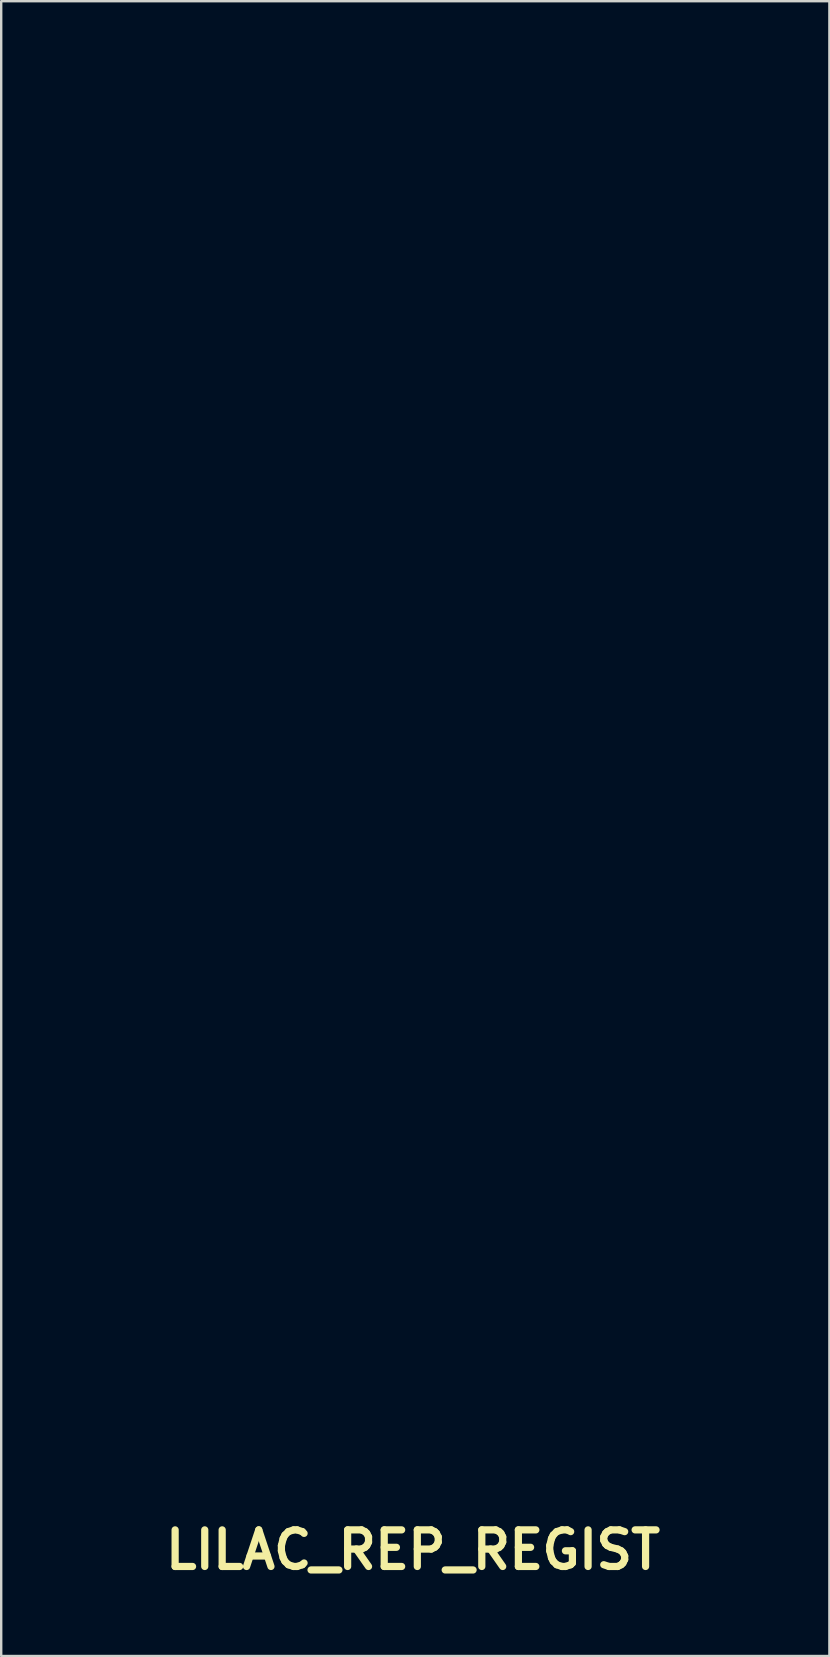
<source format=kicad_pcb>
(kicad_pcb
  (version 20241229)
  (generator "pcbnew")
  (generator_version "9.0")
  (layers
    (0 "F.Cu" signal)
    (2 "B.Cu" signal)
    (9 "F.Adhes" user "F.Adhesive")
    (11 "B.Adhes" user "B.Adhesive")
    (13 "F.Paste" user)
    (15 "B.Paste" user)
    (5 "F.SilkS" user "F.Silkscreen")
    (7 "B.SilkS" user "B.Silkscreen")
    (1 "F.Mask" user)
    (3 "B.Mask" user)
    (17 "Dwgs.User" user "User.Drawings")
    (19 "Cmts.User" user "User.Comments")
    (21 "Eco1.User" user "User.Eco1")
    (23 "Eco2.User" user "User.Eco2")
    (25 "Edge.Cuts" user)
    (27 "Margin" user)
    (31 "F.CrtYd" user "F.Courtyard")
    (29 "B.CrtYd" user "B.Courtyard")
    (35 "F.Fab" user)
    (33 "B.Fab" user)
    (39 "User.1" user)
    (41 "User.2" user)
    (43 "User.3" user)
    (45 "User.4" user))
  (footprint "LILAC_REP_REGIST"
    (layer "F.Cu")
    (at 14.15 61.504)
    (property "Reference" "LILAC_REP_REGIST" (at 0 0 0) (layer "F.SilkS") (effects (font (size 1.524 1.524) (thickness 0.3))))
    (attr through_hole)
    (fp_poly (pts (xy -11.223 -58.635) (xy -11.837 -58.635) (xy -11.837 -60.583) (xy -11.223 -60.583) (xy -11.223 -58.635)) (stroke (width 0.01) (type solid)) (fill yes) (layer "F.Mask"))
    (fp_poly (pts (xy -10.122 -58.635) (xy -10.736 -58.635) (xy -10.736 -61.42) (xy -10.122 -61.42) (xy -10.122 -58.635)) (stroke (width 0.01) (type solid)) (fill yes) (layer "F.Mask"))
    (fp_poly (pts (xy -13.51 -59.185) (xy -12.229 -59.185) (xy -12.229 -58.635) (xy -14.145 -58.635) (xy -14.145 -61.229) (xy -13.51 -61.229) (xy -13.51 -59.185)) (stroke (width 0.01) (type solid)) (fill yes) (layer "F.Mask"))
    (fp_poly (pts (xy -0.29 -2.645) (xy -0.231 -2.629) (xy -0.227 -2.627) (xy -0.166 -2.591) (xy -0.121 -2.548) (xy -0.093 -2.501) (xy -0.081 -2.452) (xy -0.084 -2.404) (xy -0.103 -2.36) (xy -0.137 -2.324) (xy -0.185 -2.297) (xy -0.249 -2.282) (xy -0.258 -2.281) (xy -0.31 -2.282) (xy -0.361 -2.292) (xy -0.363 -2.293) (xy -0.418 -2.319) (xy -0.464 -2.357) (xy -0.498 -2.403) (xy -0.519 -2.453) (xy -0.522 -2.503) (xy -0.519 -2.521) (xy -0.495 -2.568) (xy -0.457 -2.605) (xy -0.407 -2.631) (xy -0.35 -2.645) (xy -0.29 -2.645)) (stroke (width 0.01) (type solid)) (fill yes) (layer "F.Mask"))
    (fp_poly (pts (xy -11.464 -61.496) (xy -11.408 -61.486) (xy -11.36 -61.467) (xy -11.314 -61.437) (xy -11.293 -61.419) (xy -11.238 -61.359) (xy -11.201 -61.29) (xy -11.18 -61.217) (xy -11.175 -61.142) (xy -11.185 -61.068) (xy -11.21 -60.999) (xy -11.25 -60.936) (xy -11.304 -60.884) (xy -11.371 -60.844) (xy -11.385 -60.839) (xy -11.436 -60.826) (xy -11.498 -60.818) (xy -11.563 -60.816) (xy -11.623 -60.821) (xy -11.653 -60.828) (xy -11.71 -60.853) (xy -11.766 -60.893) (xy -11.815 -60.943) (xy -11.852 -60.998) (xy -11.871 -61.041) (xy -11.881 -61.102) (xy -11.883 -61.171) (xy -11.876 -61.238) (xy -11.865 -61.279) (xy -11.837 -61.335) (xy -11.795 -61.39) (xy -11.743 -61.439) (xy -11.695 -61.47) (xy -11.668 -61.484) (xy -11.642 -61.492) (xy -11.612 -61.497) (xy -11.572 -61.499) (xy -11.535 -61.499) (xy -11.464 -61.496)) (stroke (width 0.01) (type solid)) (fill yes) (layer "F.Mask"))
    (fp_poly (pts (xy 14.272 -60.6) (xy 14.309 -60.598) (xy 14.332 -60.595) (xy 14.338 -60.593) (xy 14.339 -60.582) (xy 14.339 -60.552) (xy 14.337 -60.507) (xy 14.335 -60.449) (xy 14.332 -60.381) (xy 14.329 -60.313) (xy 14.326 -60.237) (xy 14.323 -60.166) (xy 14.32 -60.104) (xy 14.318 -60.054) (xy 14.316 -60.019) (xy 14.316 -60.003) (xy 14.315 -59.969) (xy 14.199 -59.969) (xy 14.068 -59.961) (xy 13.952 -59.938) (xy 13.849 -59.898) (xy 13.761 -59.843) (xy 13.687 -59.773) (xy 13.627 -59.686) (xy 13.582 -59.584) (xy 13.551 -59.467) (xy 13.543 -59.415) (xy 13.54 -59.384) (xy 13.537 -59.335) (xy 13.535 -59.271) (xy 13.533 -59.197) (xy 13.532 -59.114) (xy 13.531 -59.027) (xy 13.531 -58.984) (xy 13.531 -58.635) (xy 12.917 -58.635) (xy 12.917 -60.583) (xy 13.531 -60.583) (xy 13.531 -60.211) (xy 13.594 -60.295) (xy 13.679 -60.394) (xy 13.774 -60.473) (xy 13.878 -60.534) (xy 13.992 -60.576) (xy 14.113 -60.599) (xy 14.227 -60.602) (xy 14.272 -60.6)) (stroke (width 0.01) (type solid)) (fill yes) (layer "F.Mask"))
    (fp_poly (pts (xy 9.751 -60.583) (xy 10.323 -60.583) (xy 10.323 -60.085) (xy 9.751 -60.085) (xy 9.751 -59.728) (xy 9.752 -59.617) (xy 9.753 -59.526) (xy 9.754 -59.451) (xy 9.757 -59.39) (xy 9.762 -59.342) (xy 9.768 -59.304) (xy 9.776 -59.273) (xy 9.786 -59.248) (xy 9.798 -59.226) (xy 9.805 -59.217) (xy 9.848 -59.173) (xy 9.906 -59.144) (xy 9.976 -59.129) (xy 10.056 -59.13) (xy 10.104 -59.138) (xy 10.154 -59.149) (xy 10.203 -59.164) (xy 10.242 -59.178) (xy 10.245 -59.18) (xy 10.299 -59.204) (xy 10.369 -58.964) (xy 10.389 -58.896) (xy 10.407 -58.835) (xy 10.421 -58.784) (xy 10.432 -58.746) (xy 10.438 -58.723) (xy 10.44 -58.718) (xy 10.43 -58.709) (xy 10.405 -58.696) (xy 10.367 -58.679) (xy 10.322 -58.661) (xy 10.273 -58.642) (xy 10.225 -58.625) (xy 10.181 -58.612) (xy 10.153 -58.604) (xy 10.054 -58.587) (xy 9.947 -58.578) (xy 9.84 -58.578) (xy 9.778 -58.583) (xy 9.65 -58.606) (xy 9.535 -58.645) (xy 9.433 -58.699) (xy 9.346 -58.769) (xy 9.273 -58.853) (xy 9.216 -58.951) (xy 9.195 -59.001) (xy 9.181 -59.039) (xy 9.17 -59.077) (xy 9.161 -59.116) (xy 9.153 -59.16) (xy 9.148 -59.21) (xy 9.143 -59.269) (xy 9.14 -59.34) (xy 9.139 -59.424) (xy 9.138 -59.524) (xy 9.137 -59.642) (xy 9.137 -59.669) (xy 9.137 -60.085) (xy 8.788 -60.085) (xy 8.788 -60.583) (xy 9.137 -60.583) (xy 9.137 -61.155) (xy 9.751 -61.155) (xy 9.751 -60.583)) (stroke (width 0.01) (type solid)) (fill yes) (layer "F.Mask"))
    (fp_poly (pts (xy 7.405 -60.633) (xy 7.512 -60.62) (xy 7.64 -60.588) (xy 7.759 -60.538) (xy 7.835 -60.493) (xy 7.871 -60.469) (xy 7.901 -60.45) (xy 7.919 -60.438) (xy 7.922 -60.437) (xy 7.926 -60.444) (xy 7.929 -60.469) (xy 7.93 -60.504) (xy 7.93 -60.508) (xy 7.93 -60.583) (xy 8.544 -60.583) (xy 8.544 -58.635) (xy 7.93 -58.635) (xy 7.93 -58.782) (xy 7.846 -58.726) (xy 7.747 -58.667) (xy 7.648 -58.626) (xy 7.548 -58.6) (xy 7.471 -58.587) (xy 7.386 -58.58) (xy 7.303 -58.577) (xy 7.23 -58.58) (xy 7.21 -58.582) (xy 7.072 -58.609) (xy 6.942 -58.656) (xy 6.822 -58.72) (xy 6.714 -58.802) (xy 6.618 -58.9) (xy 6.535 -59.013) (xy 6.472 -59.129) (xy 6.426 -59.253) (xy 6.394 -59.387) (xy 6.377 -59.528) (xy 6.377 -59.632) (xy 6.979 -59.632) (xy 6.983 -59.533) (xy 7.004 -59.437) (xy 7.04 -59.347) (xy 7.092 -59.267) (xy 7.123 -59.232) (xy 7.197 -59.173) (xy 7.281 -59.131) (xy 7.372 -59.106) (xy 7.466 -59.101) (xy 7.56 -59.115) (xy 7.58 -59.121) (xy 7.658 -59.152) (xy 7.725 -59.193) (xy 7.787 -59.25) (xy 7.789 -59.252) (xy 7.85 -59.33) (xy 7.893 -59.416) (xy 7.919 -59.507) (xy 7.928 -59.6) (xy 7.921 -59.693) (xy 7.898 -59.783) (xy 7.86 -59.867) (xy 7.807 -59.944) (xy 7.739 -60.009) (xy 7.658 -60.062) (xy 7.632 -60.074) (xy 7.543 -60.102) (xy 7.451 -60.112) (xy 7.36 -60.103) (xy 7.272 -60.076) (xy 7.191 -60.034) (xy 7.12 -59.976) (xy 7.067 -59.912) (xy 7.021 -59.825) (xy 6.992 -59.73) (xy 6.979 -59.632) (xy 6.377 -59.632) (xy 6.376 -59.67) (xy 6.39 -59.81) (xy 6.421 -59.942) (xy 6.424 -59.953) (xy 6.472 -60.081) (xy 6.534 -60.196) (xy 6.612 -60.301) (xy 6.659 -60.354) (xy 6.761 -60.446) (xy 6.874 -60.52) (xy 6.997 -60.577) (xy 7.127 -60.614) (xy 7.264 -60.633) (xy 7.405 -60.633)) (stroke (width 0.01) (type solid)) (fill yes) (layer "F.Mask"))
    (fp_poly (pts (xy -8.733 -60.63) (xy -8.606 -60.609) (xy -8.486 -60.572) (xy -8.374 -60.52) (xy -8.323 -60.488) (xy -8.288 -60.464) (xy -8.26 -60.446) (xy -8.244 -60.436) (xy -8.242 -60.435) (xy -8.24 -60.445) (xy -8.238 -60.47) (xy -8.237 -60.506) (xy -8.237 -60.509) (xy -8.237 -60.583) (xy -7.623 -60.583) (xy -7.623 -58.635) (xy -8.237 -58.635) (xy -8.237 -58.782) (xy -8.322 -58.726) (xy -8.421 -58.667) (xy -8.52 -58.626) (xy -8.619 -58.6) (xy -8.676 -58.59) (xy -8.743 -58.583) (xy -8.812 -58.578) (xy -8.875 -58.576) (xy -8.926 -58.578) (xy -8.931 -58.578) (xy -9.069 -58.602) (xy -9.199 -58.644) (xy -9.318 -58.703) (xy -9.426 -58.779) (xy -9.523 -58.869) (xy -9.606 -58.974) (xy -9.675 -59.091) (xy -9.729 -59.22) (xy -9.767 -59.359) (xy -9.788 -59.508) (xy -9.791 -59.551) (xy -9.79 -59.61) (xy -9.19 -59.61) (xy -9.181 -59.505) (xy -9.154 -59.407) (xy -9.111 -59.32) (xy -9.054 -59.244) (xy -8.983 -59.182) (xy -8.901 -59.136) (xy -8.841 -59.115) (xy -8.771 -59.104) (xy -8.694 -59.103) (xy -8.619 -59.113) (xy -8.588 -59.121) (xy -8.511 -59.151) (xy -8.446 -59.19) (xy -8.385 -59.245) (xy -8.377 -59.253) (xy -8.316 -59.332) (xy -8.272 -59.42) (xy -8.246 -59.514) (xy -8.238 -59.61) (xy -8.248 -59.706) (xy -8.274 -59.799) (xy -8.319 -59.886) (xy -8.381 -59.964) (xy -8.386 -59.969) (xy -8.463 -60.032) (xy -8.55 -60.078) (xy -8.644 -60.106) (xy -8.649 -60.107) (xy -8.739 -60.112) (xy -8.829 -60.098) (xy -8.916 -60.067) (xy -8.996 -60.019) (xy -9.065 -59.957) (xy -9.12 -59.883) (xy -9.143 -59.834) (xy -9.163 -59.772) (xy -9.179 -59.705) (xy -9.188 -59.642) (xy -9.19 -59.61) (xy -9.79 -59.61) (xy -9.788 -59.712) (xy -9.768 -59.862) (xy -9.728 -60.003) (xy -9.669 -60.134) (xy -9.592 -60.255) (xy -9.508 -60.354) (xy -9.438 -60.421) (xy -9.363 -60.478) (xy -9.276 -60.529) (xy -9.229 -60.552) (xy -9.113 -60.597) (xy -8.99 -60.624) (xy -8.862 -60.635) (xy -8.733 -60.63)) (stroke (width 0.01) (type solid)) (fill yes) (layer "F.Mask"))
    (fp_poly (pts (xy 3.05 -60.63) (xy 3.133 -60.624) (xy 3.204 -60.614) (xy 3.235 -60.606) (xy 3.369 -60.557) (xy 3.492 -60.491) (xy 3.602 -60.408) (xy 3.698 -60.31) (xy 3.78 -60.197) (xy 3.847 -60.07) (xy 3.899 -59.931) (xy 3.915 -59.871) (xy 3.924 -59.817) (xy 3.93 -59.747) (xy 3.934 -59.667) (xy 3.934 -59.583) (xy 3.932 -59.501) (xy 3.926 -59.425) (xy 3.918 -59.361) (xy 3.914 -59.339) (xy 3.873 -59.203) (xy 3.815 -59.076) (xy 3.742 -58.96) (xy 3.656 -58.857) (xy 3.557 -58.767) (xy 3.448 -58.694) (xy 3.33 -58.638) (xy 3.241 -58.609) (xy 3.106 -58.583) (xy 2.97 -58.576) (xy 2.836 -58.587) (xy 2.707 -58.616) (xy 2.585 -58.661) (xy 2.473 -58.722) (xy 2.435 -58.749) (xy 2.388 -58.785) (xy 2.385 -58.382) (xy 2.382 -57.978) (xy 1.768 -57.978) (xy 1.768 -59.645) (xy 2.386 -59.645) (xy 2.388 -59.548) (xy 2.409 -59.449) (xy 2.415 -59.432) (xy 2.446 -59.357) (xy 2.485 -59.295) (xy 2.538 -59.236) (xy 2.543 -59.232) (xy 2.591 -59.19) (xy 2.635 -59.16) (xy 2.687 -59.136) (xy 2.732 -59.12) (xy 2.79 -59.108) (xy 2.86 -59.104) (xy 2.933 -59.108) (xy 3.002 -59.12) (xy 3.039 -59.131) (xy 3.119 -59.173) (xy 3.191 -59.232) (xy 3.251 -59.304) (xy 3.295 -59.387) (xy 3.307 -59.418) (xy 3.322 -59.481) (xy 3.331 -59.555) (xy 3.333 -59.632) (xy 3.328 -59.703) (xy 3.32 -59.746) (xy 3.284 -59.845) (xy 3.234 -59.93) (xy 3.171 -60) (xy 3.096 -60.054) (xy 3.009 -60.09) (xy 2.913 -60.108) (xy 2.875 -60.11) (xy 2.778 -60.101) (xy 2.688 -60.074) (xy 2.607 -60.031) (xy 2.537 -59.974) (xy 2.478 -59.905) (xy 2.433 -59.825) (xy 2.402 -59.738) (xy 2.386 -59.645) (xy 1.768 -59.645) (xy 1.768 -60.583) (xy 2.382 -60.583) (xy 2.382 -60.509) (xy 2.383 -60.472) (xy 2.385 -60.446) (xy 2.389 -60.435) (xy 2.389 -60.435) (xy 2.4 -60.441) (xy 2.423 -60.456) (xy 2.444 -60.471) (xy 2.512 -60.514) (xy 2.592 -60.555) (xy 2.674 -60.589) (xy 2.73 -60.607) (xy 2.796 -60.62) (xy 2.875 -60.628) (xy 2.962 -60.632) (xy 3.05 -60.63)) (stroke (width 0.01) (type solid)) (fill yes) (layer "F.Mask"))
    (fp_poly (pts (xy 11.691 -60.628) (xy 11.781 -60.618) (xy 11.841 -60.606) (xy 11.979 -60.561) (xy 12.106 -60.499) (xy 12.22 -60.42) (xy 12.322 -60.324) (xy 12.409 -60.214) (xy 12.456 -60.137) (xy 12.501 -60.045) (xy 12.535 -59.949) (xy 12.56 -59.846) (xy 12.576 -59.732) (xy 12.585 -59.606) (xy 12.592 -59.45) (xy 11.159 -59.45) (xy 11.166 -59.421) (xy 11.179 -59.38) (xy 11.2 -59.331) (xy 11.227 -59.28) (xy 11.253 -59.235) (xy 11.266 -59.218) (xy 11.328 -59.157) (xy 11.402 -59.112) (xy 11.486 -59.082) (xy 11.577 -59.069) (xy 11.671 -59.074) (xy 11.724 -59.085) (xy 11.805 -59.113) (xy 11.874 -59.154) (xy 11.936 -59.21) (xy 11.975 -59.258) (xy 12.001 -59.292) (xy 12.273 -59.237) (xy 12.545 -59.182) (xy 12.53 -59.144) (xy 12.485 -59.056) (xy 12.426 -58.967) (xy 12.358 -58.883) (xy 12.286 -58.811) (xy 12.252 -58.783) (xy 12.138 -58.709) (xy 12.013 -58.651) (xy 11.877 -58.61) (xy 11.728 -58.585) (xy 11.705 -58.582) (xy 11.649 -58.577) (xy 11.608 -58.574) (xy 11.574 -58.573) (xy 11.541 -58.575) (xy 11.501 -58.578) (xy 11.453 -58.583) (xy 11.309 -58.608) (xy 11.173 -58.652) (xy 11.048 -58.714) (xy 10.933 -58.793) (xy 10.831 -58.887) (xy 10.743 -58.995) (xy 10.669 -59.117) (xy 10.611 -59.251) (xy 10.58 -59.352) (xy 10.57 -59.409) (xy 10.563 -59.481) (xy 10.561 -59.563) (xy 10.561 -59.648) (xy 10.565 -59.732) (xy 10.573 -59.808) (xy 10.579 -59.841) (xy 11.175 -59.841) (xy 11.176 -59.83) (xy 11.188 -59.828) (xy 11.218 -59.826) (xy 11.265 -59.824) (xy 11.326 -59.823) (xy 11.398 -59.822) (xy 11.48 -59.821) (xy 11.569 -59.821) (xy 11.578 -59.821) (xy 11.685 -59.821) (xy 11.772 -59.821) (xy 11.841 -59.822) (xy 11.894 -59.824) (xy 11.932 -59.825) (xy 11.957 -59.828) (xy 11.971 -59.831) (xy 11.975 -59.834) (xy 11.968 -59.861) (xy 11.951 -59.898) (xy 11.928 -59.939) (xy 11.9 -59.98) (xy 11.872 -60.013) (xy 11.871 -60.015) (xy 11.802 -60.072) (xy 11.725 -60.11) (xy 11.642 -60.131) (xy 11.557 -60.135) (xy 11.472 -60.12) (xy 11.39 -60.088) (xy 11.315 -60.038) (xy 11.283 -60.009) (xy 11.254 -59.976) (xy 11.226 -59.939) (xy 11.202 -59.901) (xy 11.184 -59.866) (xy 11.175 -59.841) (xy 10.579 -59.841) (xy 10.584 -59.87) (xy 10.585 -59.877) (xy 10.631 -60.015) (xy 10.694 -60.142) (xy 10.773 -60.258) (xy 10.868 -60.36) (xy 10.978 -60.449) (xy 11.1 -60.522) (xy 11.234 -60.579) (xy 11.326 -60.607) (xy 11.404 -60.621) (xy 11.496 -60.629) (xy 11.594 -60.632) (xy 11.691 -60.628)) (stroke (width 0.01) (type solid)) (fill yes) (layer "F.Mask"))
    (fp_poly (pts (xy 5.261 -60.631) (xy 5.405 -60.611) (xy 5.539 -60.573) (xy 5.663 -60.518) (xy 5.775 -60.446) (xy 5.876 -60.36) (xy 5.963 -60.259) (xy 6.037 -60.144) (xy 6.095 -60.017) (xy 6.138 -59.879) (xy 6.164 -59.729) (xy 6.173 -59.576) (xy 6.173 -59.45) (xy 4.751 -59.45) (xy 4.757 -59.413) (xy 4.775 -59.35) (xy 4.809 -59.284) (xy 4.854 -59.221) (xy 4.876 -59.197) (xy 4.944 -59.138) (xy 5.018 -59.098) (xy 5.102 -59.076) (xy 5.146 -59.071) (xy 5.251 -59.074) (xy 5.345 -59.095) (xy 5.429 -59.134) (xy 5.504 -59.192) (xy 5.565 -59.263) (xy 5.586 -59.294) (xy 5.856 -59.238) (xy 5.928 -59.223) (xy 5.994 -59.21) (xy 6.049 -59.198) (xy 6.092 -59.188) (xy 6.119 -59.182) (xy 6.129 -59.18) (xy 6.126 -59.17) (xy 6.115 -59.145) (xy 6.097 -59.11) (xy 6.084 -59.082) (xy 6.013 -58.965) (xy 5.929 -58.864) (xy 5.831 -58.779) (xy 5.717 -58.706) (xy 5.68 -58.688) (xy 5.584 -58.646) (xy 5.487 -58.615) (xy 5.384 -58.594) (xy 5.289 -58.582) (xy 5.233 -58.577) (xy 5.191 -58.574) (xy 5.158 -58.573) (xy 5.125 -58.575) (xy 5.086 -58.578) (xy 5.045 -58.582) (xy 4.903 -58.607) (xy 4.767 -58.651) (xy 4.64 -58.711) (xy 4.525 -58.788) (xy 4.422 -58.88) (xy 4.364 -58.946) (xy 4.285 -59.061) (xy 4.224 -59.185) (xy 4.179 -59.316) (xy 4.152 -59.451) (xy 4.141 -59.589) (xy 4.147 -59.726) (xy 4.166 -59.837) (xy 4.764 -59.837) (xy 4.766 -59.833) (xy 4.774 -59.829) (xy 4.788 -59.827) (xy 4.812 -59.825) (xy 4.846 -59.823) (xy 4.894 -59.822) (xy 4.956 -59.821) (xy 5.035 -59.821) (xy 5.133 -59.821) (xy 5.162 -59.821) (xy 5.264 -59.821) (xy 5.347 -59.821) (xy 5.413 -59.821) (xy 5.463 -59.822) (xy 5.501 -59.824) (xy 5.527 -59.825) (xy 5.544 -59.828) (xy 5.553 -59.831) (xy 5.558 -59.835) (xy 5.559 -59.84) (xy 5.559 -59.84) (xy 5.552 -59.868) (xy 5.535 -59.907) (xy 5.51 -59.95) (xy 5.481 -59.991) (xy 5.453 -60.022) (xy 5.385 -60.076) (xy 5.308 -60.112) (xy 5.225 -60.131) (xy 5.14 -60.133) (xy 5.055 -60.118) (xy 4.973 -60.086) (xy 4.899 -60.037) (xy 4.871 -60.012) (xy 4.84 -59.977) (xy 4.81 -59.936) (xy 4.786 -59.895) (xy 4.769 -59.859) (xy 4.764 -59.837) (xy 4.166 -59.837) (xy 4.17 -59.861) (xy 4.21 -59.991) (xy 4.265 -60.115) (xy 4.337 -60.229) (xy 4.425 -60.333) (xy 4.451 -60.358) (xy 4.509 -60.41) (xy 4.564 -60.452) (xy 4.622 -60.488) (xy 4.691 -60.524) (xy 4.715 -60.536) (xy 4.835 -60.584) (xy 4.96 -60.615) (xy 5.094 -60.632) (xy 5.109 -60.633) (xy 5.261 -60.631)) (stroke (width 0.01) (type solid)) (fill yes) (layer "F.Mask"))
    (fp_poly (pts (xy -2.343 -61.226) (xy -2.197 -61.226) (xy -2.072 -61.225) (xy -1.964 -61.224) (xy -1.872 -61.223) (xy -1.796 -61.222) (xy -1.732 -61.221) (xy -1.68 -61.22) (xy -1.638 -61.219) (xy -1.604 -61.217) (xy -1.576 -61.214) (xy -1.554 -61.212) (xy -1.535 -61.209) (xy -1.518 -61.205) (xy -1.5 -61.201) (xy -1.495 -61.199) (xy -1.363 -61.155) (xy -1.243 -61.095) (xy -1.138 -61.021) (xy -1.064 -60.951) (xy -1.001 -60.876) (xy -0.952 -60.797) (xy -0.911 -60.709) (xy -0.897 -60.671) (xy -0.884 -60.632) (xy -0.875 -60.598) (xy -0.868 -60.563) (xy -0.864 -60.523) (xy -0.862 -60.472) (xy -0.86 -60.419) (xy -0.858 -60.352) (xy -0.859 -60.3) (xy -0.861 -60.258) (xy -0.867 -60.219) (xy -0.875 -60.179) (xy -0.878 -60.167) (xy -0.918 -60.042) (xy -0.975 -59.929) (xy -1.049 -59.829) (xy -1.139 -59.743) (xy -1.245 -59.669) (xy -1.366 -59.611) (xy -1.415 -59.592) (xy -1.458 -59.577) (xy -1.493 -59.564) (xy -1.516 -59.555) (xy -1.521 -59.552) (xy -1.516 -59.544) (xy -1.497 -59.52) (xy -1.467 -59.484) (xy -1.426 -59.437) (xy -1.376 -59.379) (xy -1.318 -59.313) (xy -1.254 -59.239) (xy -1.184 -59.16) (xy -1.129 -59.097) (xy -1.055 -59.014) (xy -0.986 -58.935) (xy -0.923 -58.863) (xy -0.867 -58.799) (xy -0.818 -58.743) (xy -0.779 -58.698) (xy -0.751 -58.665) (xy -0.734 -58.646) (xy -0.731 -58.641) (xy -0.741 -58.639) (xy -0.77 -58.638) (xy -0.815 -58.637) (xy -0.875 -58.637) (xy -0.946 -58.637) (xy -1.027 -58.637) (xy -1.114 -58.637) (xy -1.497 -58.64) (xy -1.884 -59.08) (xy -2.27 -59.519) (xy -2.368 -59.522) (xy -2.467 -59.525) (xy -2.467 -58.635) (xy -3.102 -58.635) (xy -3.102 -60.232) (xy -2.465 -60.232) (xy -2.465 -60.17) (xy -2.464 -60.12) (xy -2.464 -60.085) (xy -2.462 -60.068) (xy -2.462 -60.067) (xy -2.451 -60.063) (xy -2.421 -60.06) (xy -2.376 -60.058) (xy -2.319 -60.056) (xy -2.253 -60.054) (xy -2.182 -60.053) (xy -2.107 -60.053) (xy -2.033 -60.054) (xy -1.962 -60.055) (xy -1.897 -60.057) (xy -1.842 -60.059) (xy -1.799 -60.062) (xy -1.779 -60.065) (xy -1.689 -60.088) (xy -1.614 -60.124) (xy -1.555 -60.174) (xy -1.512 -60.235) (xy -1.487 -60.307) (xy -1.479 -60.382) (xy -1.49 -60.459) (xy -1.519 -60.527) (xy -1.565 -60.584) (xy -1.628 -60.631) (xy -1.704 -60.663) (xy -1.74 -60.673) (xy -1.767 -60.678) (xy -1.797 -60.682) (xy -1.835 -60.684) (xy -1.882 -60.686) (xy -1.941 -60.687) (xy -2.016 -60.687) (xy -2.108 -60.687) (xy -2.139 -60.687) (xy -2.462 -60.684) (xy -2.464 -60.382) (xy -2.465 -60.304) (xy -2.465 -60.232) (xy -3.102 -60.232) (xy -3.102 -61.23) (xy -2.343 -61.226)) (stroke (width 0.01) (type solid)) (fill yes) (layer "F.Mask"))
    (fp_poly (pts (xy 0.533 -60.631) (xy 0.677 -60.61) (xy 0.812 -60.57) (xy 0.936 -60.514) (xy 1.05 -60.44) (xy 1.151 -60.352) (xy 1.239 -60.248) (xy 1.313 -60.131) (xy 1.371 -60.001) (xy 1.412 -59.859) (xy 1.424 -59.794) (xy 1.431 -59.742) (xy 1.436 -59.678) (xy 1.439 -59.613) (xy 1.44 -59.575) (xy 1.44 -59.45) (xy 0.018 -59.45) (xy 0.024 -59.414) (xy 0.044 -59.346) (xy 0.081 -59.278) (xy 0.131 -59.213) (xy 0.19 -59.156) (xy 0.254 -59.114) (xy 0.261 -59.11) (xy 0.345 -59.08) (xy 0.434 -59.068) (xy 0.524 -59.074) (xy 0.612 -59.097) (xy 0.694 -59.135) (xy 0.767 -59.187) (xy 0.827 -59.254) (xy 0.837 -59.269) (xy 0.853 -59.294) (xy 1.123 -59.238) (xy 1.195 -59.223) (xy 1.261 -59.21) (xy 1.316 -59.198) (xy 1.359 -59.189) (xy 1.387 -59.182) (xy 1.396 -59.18) (xy 1.393 -59.169) (xy 1.383 -59.145) (xy 1.366 -59.111) (xy 1.346 -59.073) (xy 1.325 -59.034) (xy 1.305 -59) (xy 1.292 -58.979) (xy 1.208 -58.876) (xy 1.109 -58.787) (xy 0.997 -58.712) (xy 0.873 -58.652) (xy 0.74 -58.61) (xy 0.662 -58.594) (xy 0.59 -58.585) (xy 0.509 -58.579) (xy 0.426 -58.577) (xy 0.35 -58.579) (xy 0.318 -58.582) (xy 0.173 -58.607) (xy 0.038 -58.649) (xy -0.086 -58.708) (xy -0.199 -58.783) (xy -0.299 -58.871) (xy -0.387 -58.972) (xy -0.46 -59.084) (xy -0.518 -59.206) (xy -0.559 -59.336) (xy -0.585 -59.474) (xy -0.592 -59.617) (xy -0.581 -59.765) (xy -0.567 -59.837) (xy 0.032 -59.837) (xy 0.034 -59.833) (xy 0.041 -59.829) (xy 0.055 -59.827) (xy 0.079 -59.825) (xy 0.113 -59.823) (xy 0.161 -59.822) (xy 0.223 -59.821) (xy 0.303 -59.821) (xy 0.4 -59.821) (xy 0.429 -59.821) (xy 0.531 -59.821) (xy 0.614 -59.821) (xy 0.68 -59.821) (xy 0.731 -59.822) (xy 0.768 -59.824) (xy 0.794 -59.825) (xy 0.811 -59.828) (xy 0.821 -59.831) (xy 0.825 -59.835) (xy 0.826 -59.84) (xy 0.826 -59.84) (xy 0.819 -59.868) (xy 0.802 -59.907) (xy 0.777 -59.95) (xy 0.748 -59.991) (xy 0.72 -60.022) (xy 0.652 -60.077) (xy 0.575 -60.113) (xy 0.492 -60.132) (xy 0.407 -60.134) (xy 0.322 -60.118) (xy 0.241 -60.085) (xy 0.166 -60.035) (xy 0.139 -60.01) (xy 0.105 -59.973) (xy 0.075 -59.931) (xy 0.05 -59.89) (xy 0.035 -59.855) (xy 0.032 -59.837) (xy -0.567 -59.837) (xy -0.554 -59.9) (xy -0.539 -59.949) (xy -0.515 -60.01) (xy -0.486 -60.074) (xy -0.455 -60.136) (xy -0.425 -60.188) (xy -0.414 -60.206) (xy -0.33 -60.31) (xy -0.23 -60.403) (xy -0.115 -60.483) (xy -0.019 -60.535) (xy 0.094 -60.581) (xy 0.209 -60.612) (xy 0.334 -60.629) (xy 0.382 -60.633) (xy 0.533 -60.631)) (stroke (width 0.01) (type solid)) (fill yes) (layer "F.Mask"))
    (fp_poly (pts (xy 0.15 -5.879) (xy 0.284 -5.873) (xy 0.407 -5.863) (xy 0.526 -5.847) (xy 0.644 -5.826) (xy 0.769 -5.798) (xy 0.891 -5.766) (xy 1.111 -5.695) (xy 1.327 -5.604) (xy 1.538 -5.494) (xy 1.742 -5.367) (xy 1.938 -5.223) (xy 2.123 -5.064) (xy 2.298 -4.891) (xy 2.46 -4.706) (xy 2.607 -4.508) (xy 2.74 -4.3) (xy 2.773 -4.241) (xy 2.879 -4.027) (xy 2.968 -3.802) (xy 3.039 -3.569) (xy 3.092 -3.329) (xy 3.126 -3.082) (xy 3.142 -2.832) (xy 3.138 -2.579) (xy 3.116 -2.326) (xy 3.076 -2.079) (xy 3.017 -1.842) (xy 2.939 -1.611) (xy 2.841 -1.386) (xy 2.724 -1.169) (xy 2.59 -0.96) (xy 2.438 -0.761) (xy 2.27 -0.573) (xy 2.086 -0.396) (xy 1.886 -0.233) (xy 1.876 -0.225) (xy 1.671 -0.082) (xy 1.458 0.041) (xy 1.237 0.145) (xy 1.006 0.232) (xy 0.765 0.3) (xy 0.513 0.351) (xy 0.418 0.366) (xy 0.342 0.374) (xy 0.25 0.38) (xy 0.147 0.385) (xy 0.039 0.387) (xy -0.069 0.388) (xy -0.172 0.386) (xy -0.264 0.382) (xy -0.341 0.375) (xy -0.344 0.375) (xy -0.603 0.336) (xy -0.854 0.277) (xy -1.096 0.199) (xy -1.328 0.101) (xy -1.552 -0.014) (xy -1.765 -0.149) (xy -1.968 -0.302) (xy -2.161 -0.474) (xy -2.24 -0.552) (xy -2.408 -0.737) (xy -2.557 -0.925) (xy -2.687 -1.117) (xy -2.8 -1.316) (xy -2.896 -1.524) (xy -2.977 -1.739) (xy -3.03 -1.913) (xy -3.071 -2.085) (xy -3.101 -2.258) (xy -3.12 -2.44) (xy -3.131 -2.636) (xy -3.131 -2.636) (xy -3.13 -2.702) (xy -2.748 -2.702) (xy -2.746 -2.601) (xy -2.742 -2.507) (xy -2.737 -2.424) (xy -2.73 -2.356) (xy -2.728 -2.347) (xy -2.682 -2.107) (xy -2.617 -1.878) (xy -2.534 -1.659) (xy -2.432 -1.45) (xy -2.311 -1.249) (xy -2.172 -1.058) (xy -2.012 -0.873) (xy -1.943 -0.801) (xy -1.762 -0.635) (xy -1.572 -0.487) (xy -1.374 -0.358) (xy -1.167 -0.249) (xy -0.951 -0.159) (xy -0.728 -0.088) (xy -0.497 -0.038) (xy -0.31 -0.012) (xy -0.248 -0.007) (xy -0.169 -0.004) (xy -0.08 -0.002) (xy 0.015 -0.002) (xy 0.11 -0.003) (xy 0.2 -0.005) (xy 0.28 -0.01) (xy 0.345 -0.015) (xy 0.351 -0.016) (xy 0.574 -0.051) (xy 0.786 -0.102) (xy 0.992 -0.172) (xy 1.195 -0.261) (xy 1.202 -0.264) (xy 1.408 -0.377) (xy 1.605 -0.507) (xy 1.791 -0.653) (xy 1.965 -0.815) (xy 2.124 -0.989) (xy 2.267 -1.175) (xy 2.394 -1.371) (xy 2.457 -1.486) (xy 2.552 -1.688) (xy 2.628 -1.891) (xy 2.686 -2.097) (xy 2.727 -2.31) (xy 2.75 -2.531) (xy 2.757 -2.748) (xy 2.753 -2.922) (xy 2.741 -3.082) (xy 2.72 -3.235) (xy 2.689 -3.387) (xy 2.647 -3.543) (xy 2.614 -3.647) (xy 2.532 -3.861) (xy 2.431 -4.068) (xy 2.309 -4.267) (xy 2.169 -4.459) (xy 2.01 -4.642) (xy 1.994 -4.658) (xy 1.816 -4.83) (xy 1.631 -4.982) (xy 1.437 -5.114) (xy 1.234 -5.228) (xy 1.023 -5.322) (xy 0.802 -5.397) (xy 0.572 -5.453) (xy 0.332 -5.491) (xy 0.331 -5.491) (xy 0.247 -5.498) (xy 0.148 -5.503) (xy 0.04 -5.505) (xy -0.071 -5.504) (xy -0.182 -5.5) (xy -0.287 -5.494) (xy -0.381 -5.486) (xy -0.459 -5.476) (xy -0.461 -5.475) (xy -0.697 -5.425) (xy -0.923 -5.356) (xy -1.138 -5.269) (xy -1.344 -5.164) (xy -1.541 -5.039) (xy -1.73 -4.895) (xy -1.91 -4.733) (xy -2.046 -4.594) (xy -2.164 -4.458) (xy -2.269 -4.321) (xy -2.362 -4.179) (xy -2.447 -4.028) (xy -2.478 -3.965) (xy -2.562 -3.779) (xy -2.629 -3.591) (xy -2.682 -3.395) (xy -2.722 -3.187) (xy -2.728 -3.15) (xy -2.736 -3.083) (xy -2.741 -3.001) (xy -2.745 -2.907) (xy -2.747 -2.806) (xy -2.748 -2.702) (xy -3.13 -2.702) (xy -3.129 -2.904) (xy -3.108 -3.164) (xy -3.068 -3.415) (xy -3.008 -3.657) (xy -2.929 -3.891) (xy -2.831 -4.117) (xy -2.713 -4.335) (xy -2.575 -4.545) (xy -2.418 -4.747) (xy -2.255 -4.927) (xy -2.067 -5.107) (xy -1.869 -5.27) (xy -1.662 -5.414) (xy -1.445 -5.54) (xy -1.221 -5.646) (xy -0.99 -5.733) (xy -0.753 -5.801) (xy -0.681 -5.817) (xy -0.582 -5.837) (xy -0.49 -5.852) (xy -0.402 -5.864) (xy -0.312 -5.872) (xy -0.215 -5.877) (xy -0.106 -5.88) (xy 0 -5.88) (xy 0.15 -5.879)) (stroke (width 0.01) (type solid)) (fill yes) (layer "F.Mask"))
    (fp_poly (pts (xy -5.504 -61.411) (xy -5.324 -61.382) (xy -5.257 -61.366) (xy -5.092 -61.314) (xy -4.938 -61.244) (xy -4.796 -61.159) (xy -4.666 -61.058) (xy -4.551 -60.944) (xy -4.45 -60.817) (xy -4.366 -60.677) (xy -4.299 -60.528) (xy -4.288 -60.498) (xy -4.28 -60.47) (xy -4.269 -60.43) (xy -4.257 -60.383) (xy -4.245 -60.333) (xy -4.234 -60.286) (xy -4.225 -60.244) (xy -4.219 -60.213) (xy -4.217 -60.197) (xy -4.217 -60.196) (xy -4.228 -60.193) (xy -4.257 -60.186) (xy -4.301 -60.175) (xy -4.358 -60.161) (xy -4.425 -60.146) (xy -4.5 -60.128) (xy -4.579 -60.11) (xy -4.66 -60.091) (xy -4.741 -60.073) (xy -4.818 -60.055) (xy -4.89 -60.038) (xy -4.954 -60.024) (xy -5.006 -60.012) (xy -5.044 -60.004) (xy -5.067 -59.999) (xy -5.07 -59.998) (xy -5.083 -59.998) (xy -5.092 -60.005) (xy -5.1 -60.022) (xy -5.108 -60.053) (xy -5.114 -60.08) (xy -5.149 -60.202) (xy -5.194 -60.307) (xy -5.251 -60.393) (xy -5.32 -60.463) (xy -5.401 -60.515) (xy -5.494 -60.55) (xy -5.6 -60.569) (xy -5.675 -60.572) (xy -5.788 -60.563) (xy -5.893 -60.534) (xy -5.99 -60.485) (xy -6.077 -60.418) (xy -6.154 -60.335) (xy -6.212 -60.244) (xy -6.254 -60.145) (xy -6.267 -60.103) (xy -6.275 -60.066) (xy -6.28 -60.026) (xy -6.282 -59.978) (xy -6.282 -59.932) (xy -6.282 -59.872) (xy -6.279 -59.827) (xy -6.273 -59.789) (xy -6.264 -59.751) (xy -6.254 -59.719) (xy -6.208 -59.612) (xy -6.147 -59.517) (xy -6.071 -59.437) (xy -5.982 -59.372) (xy -5.882 -59.324) (xy -5.86 -59.316) (xy -5.811 -59.302) (xy -5.767 -59.293) (xy -5.718 -59.289) (xy -5.67 -59.289) (xy -5.572 -59.295) (xy -5.487 -59.314) (xy -5.409 -59.347) (xy -5.359 -59.377) (xy -5.289 -59.433) (xy -5.23 -59.502) (xy -5.181 -59.585) (xy -5.141 -59.685) (xy -5.117 -59.771) (xy -5.09 -59.881) (xy -5.016 -59.867) (xy -4.934 -59.851) (xy -4.846 -59.834) (xy -4.756 -59.816) (xy -4.665 -59.798) (xy -4.577 -59.781) (xy -4.493 -59.764) (xy -4.416 -59.748) (xy -4.349 -59.734) (xy -4.293 -59.722) (xy -4.252 -59.713) (xy -4.228 -59.707) (xy -4.222 -59.705) (xy -4.22 -59.692) (xy -4.223 -59.662) (xy -4.229 -59.62) (xy -4.239 -59.571) (xy -4.25 -59.517) (xy -4.263 -59.464) (xy -4.276 -59.415) (xy -4.284 -59.389) (xy -4.346 -59.231) (xy -4.426 -59.084) (xy -4.522 -58.951) (xy -4.633 -58.831) (xy -4.759 -58.726) (xy -4.9 -58.635) (xy -5.053 -58.561) (xy -5.148 -58.526) (xy -5.279 -58.489) (xy -5.419 -58.464) (xy -5.572 -58.451) (xy -5.627 -58.449) (xy -5.692 -58.449) (xy -5.756 -58.449) (xy -5.813 -58.451) (xy -5.856 -58.453) (xy -5.87 -58.455) (xy -6.037 -58.485) (xy -6.199 -58.534) (xy -6.36 -58.602) (xy -6.396 -58.621) (xy -6.546 -58.71) (xy -6.682 -58.815) (xy -6.804 -58.935) (xy -6.912 -59.068) (xy -7.003 -59.214) (xy -7.077 -59.371) (xy -7.134 -59.538) (xy -7.164 -59.667) (xy -7.174 -59.74) (xy -7.181 -59.828) (xy -7.183 -59.923) (xy -7.182 -59.96) (xy -6.924 -59.96) (xy -6.921 -59.857) (xy -6.913 -59.756) (xy -6.898 -59.664) (xy -6.89 -59.629) (xy -6.845 -59.487) (xy -6.788 -59.36) (xy -6.716 -59.243) (xy -6.627 -59.131) (xy -6.59 -59.091) (xy -6.477 -58.985) (xy -6.358 -58.898) (xy -6.229 -58.827) (xy -6.09 -58.772) (xy -5.938 -58.731) (xy -5.771 -58.705) (xy -5.77 -58.705) (xy -5.732 -58.703) (xy -5.678 -58.703) (xy -5.615 -58.706) (xy -5.549 -58.71) (xy -5.486 -58.716) (xy -5.431 -58.723) (xy -5.415 -58.725) (xy -5.261 -58.762) (xy -5.117 -58.816) (xy -4.985 -58.887) (xy -4.865 -58.974) (xy -4.759 -59.075) (xy -4.668 -59.191) (xy -4.593 -59.319) (xy -4.547 -59.424) (xy -4.534 -59.46) (xy -4.527 -59.487) (xy -4.525 -59.5) (xy -4.526 -59.501) (xy -4.537 -59.504) (xy -4.565 -59.511) (xy -4.606 -59.52) (xy -4.654 -59.53) (xy -4.707 -59.541) (xy -4.761 -59.552) (xy -4.81 -59.562) (xy -4.852 -59.569) (xy -4.882 -59.574) (xy -4.896 -59.576) (xy -4.896 -59.575) (xy -4.902 -59.565) (xy -4.914 -59.54) (xy -4.931 -59.504) (xy -4.942 -59.482) (xy -5.005 -59.37) (xy -5.078 -59.275) (xy -5.162 -59.197) (xy -5.258 -59.133) (xy -5.299 -59.112) (xy -5.367 -59.081) (xy -5.427 -59.059) (xy -5.487 -59.045) (xy -5.552 -59.037) (xy -5.63 -59.033) (xy -5.67 -59.033) (xy -5.766 -59.035) (xy -5.848 -59.045) (xy -5.923 -59.062) (xy -5.997 -59.088) (xy -6.061 -59.118) (xy -6.133 -59.158) (xy -6.195 -59.201) (xy -6.255 -59.252) (xy -6.303 -59.301) (xy -6.388 -59.407) (xy -6.455 -59.522) (xy -6.503 -59.648) (xy -6.533 -59.782) (xy -6.543 -59.926) (xy -6.543 -59.932) (xy -6.534 -60.073) (xy -6.505 -60.207) (xy -6.459 -60.331) (xy -6.397 -60.445) (xy -6.319 -60.547) (xy -6.226 -60.636) (xy -6.12 -60.711) (xy -6.001 -60.77) (xy -5.892 -60.806) (xy -5.814 -60.821) (xy -5.723 -60.829) (xy -5.628 -60.83) (xy -5.537 -60.823) (xy -5.456 -60.809) (xy -5.447 -60.807) (xy -5.325 -60.765) (xy -5.218 -60.708) (xy -5.123 -60.636) (xy -5.041 -60.547) (xy -4.971 -60.44) (xy -4.949 -60.397) (xy -4.901 -60.301) (xy -4.716 -60.344) (xy -4.651 -60.36) (xy -4.598 -60.374) (xy -4.559 -60.386) (xy -4.536 -60.395) (xy -4.532 -60.399) (xy -4.536 -60.419) (xy -4.549 -60.452) (xy -4.568 -60.495) (xy -4.59 -60.542) (xy -4.614 -60.588) (xy -4.632 -60.621) (xy -4.669 -60.675) (xy -4.719 -60.736) (xy -4.779 -60.8) (xy -4.843 -60.862) (xy -4.908 -60.917) (xy -4.969 -60.962) (xy -4.986 -60.973) (xy -5.129 -61.048) (xy -5.279 -61.104) (xy -5.434 -61.141) (xy -5.592 -61.159) (xy -5.751 -61.158) (xy -5.908 -61.139) (xy -6.063 -61.101) (xy -6.212 -61.045) (xy -6.353 -60.97) (xy -6.4 -60.94) (xy -6.453 -60.9) (xy -6.512 -60.848) (xy -6.573 -60.79) (xy -6.63 -60.73) (xy -6.678 -60.674) (xy -6.691 -60.658) (xy -6.774 -60.528) (xy -6.841 -60.385) (xy -6.89 -60.232) (xy -6.909 -60.144) (xy -6.92 -60.058) (xy -6.924 -59.96) (xy -7.182 -59.96) (xy -7.181 -60.018) (xy -7.175 -60.109) (xy -7.166 -60.187) (xy -7.163 -60.202) (xy -7.12 -60.376) (xy -7.057 -60.541) (xy -6.977 -60.696) (xy -6.879 -60.839) (xy -6.777 -60.958) (xy -6.648 -61.077) (xy -6.507 -61.179) (xy -6.356 -61.263) (xy -6.197 -61.33) (xy -6.031 -61.378) (xy -5.859 -61.408) (xy -5.682 -61.419) (xy -5.504 -61.411)) (stroke (width 0.01) (type solid)) (fill yes) (layer "F.Mask"))
    (fp_poly (pts (xy 0.153 -5.065) (xy 0.366 -5.044) (xy 0.484 -5.023) (xy 0.681 -4.973) (xy 0.877 -4.905) (xy 1.067 -4.819) (xy 1.247 -4.718) (xy 1.414 -4.603) (xy 1.462 -4.566) (xy 1.573 -4.469) (xy 1.685 -4.357) (xy 1.794 -4.235) (xy 1.895 -4.109) (xy 1.971 -4.002) (xy 2.015 -3.931) (xy 2.059 -3.85) (xy 2.102 -3.762) (xy 2.142 -3.672) (xy 2.178 -3.584) (xy 2.207 -3.5) (xy 2.228 -3.427) (xy 2.24 -3.367) (xy 2.24 -3.366) (xy 2.241 -3.318) (xy 2.235 -3.266) (xy 2.223 -3.215) (xy 2.207 -3.173) (xy 2.191 -3.15) (xy 2.178 -3.14) (xy 2.162 -3.134) (xy 2.136 -3.131) (xy 2.097 -3.131) (xy 2.073 -3.131) (xy 2.037 -3.132) (xy 2.004 -3.134) (xy 1.971 -3.138) (xy 1.935 -3.143) (xy 1.895 -3.15) (xy 1.848 -3.16) (xy 1.792 -3.173) (xy 1.724 -3.19) (xy 1.642 -3.211) (xy 1.543 -3.237) (xy 1.471 -3.257) (xy 1.329 -3.294) (xy 1.207 -3.326) (xy 1.102 -3.352) (xy 1.013 -3.373) (xy 0.939 -3.39) (xy 0.878 -3.402) (xy 0.828 -3.41) (xy 0.788 -3.413) (xy 0.756 -3.413) (xy 0.732 -3.41) (xy 0.714 -3.403) (xy 0.699 -3.393) (xy 0.696 -3.39) (xy 0.683 -3.374) (xy 0.676 -3.354) (xy 0.673 -3.324) (xy 0.673 -3.29) (xy 0.674 -3.255) (xy 0.678 -3.222) (xy 0.686 -3.188) (xy 0.698 -3.149) (xy 0.717 -3.099) (xy 0.743 -3.035) (xy 0.75 -3.017) (xy 0.793 -2.926) (xy 0.847 -2.823) (xy 0.911 -2.715) (xy 0.981 -2.604) (xy 1.056 -2.497) (xy 1.101 -2.435) (xy 1.152 -2.372) (xy 1.213 -2.3) (xy 1.283 -2.222) (xy 1.358 -2.14) (xy 1.437 -2.058) (xy 1.516 -1.978) (xy 1.593 -1.902) (xy 1.665 -1.834) (xy 1.73 -1.775) (xy 1.785 -1.729) (xy 1.803 -1.716) (xy 1.845 -1.684) (xy 1.881 -1.652) (xy 1.908 -1.626) (xy 1.922 -1.609) (xy 1.936 -1.56) (xy 1.932 -1.504) (xy 1.91 -1.44) (xy 1.869 -1.368) (xy 1.809 -1.289) (xy 1.73 -1.201) (xy 1.689 -1.159) (xy 1.613 -1.094) (xy 1.539 -1.048) (xy 1.466 -1.023) (xy 1.435 -1.019) (xy 1.401 -1.018) (xy 1.369 -1.023) (xy 1.338 -1.035) (xy 1.306 -1.056) (xy 1.272 -1.086) (xy 1.235 -1.128) (xy 1.193 -1.182) (xy 1.145 -1.25) (xy 1.089 -1.334) (xy 1.025 -1.435) (xy 1.017 -1.446) (xy 0.909 -1.62) (xy 0.813 -1.783) (xy 0.727 -1.938) (xy 0.649 -2.089) (xy 0.576 -2.241) (xy 0.506 -2.397) (xy 0.482 -2.454) (xy 0.434 -2.571) (xy 0.394 -2.676) (xy 0.36 -2.774) (xy 0.329 -2.873) (xy 0.3 -2.977) (xy 0.286 -3.03) (xy 0.255 -3.165) (xy 0.235 -3.282) (xy 0.225 -3.38) (xy 0.227 -3.461) (xy 0.239 -3.523) (xy 0.262 -3.568) (xy 0.289 -3.592) (xy 0.309 -3.598) (xy 0.347 -3.602) (xy 0.402 -3.604) (xy 0.466 -3.604) (xy 0.522 -3.603) (xy 0.577 -3.6) (xy 0.635 -3.595) (xy 0.695 -3.588) (xy 0.762 -3.577) (xy 0.837 -3.563) (xy 0.922 -3.545) (xy 1.02 -3.523) (xy 1.132 -3.496) (xy 1.261 -3.465) (xy 1.361 -3.44) (xy 1.467 -3.413) (xy 1.556 -3.391) (xy 1.628 -3.374) (xy 1.686 -3.36) (xy 1.733 -3.35) (xy 1.77 -3.344) (xy 1.799 -3.339) (xy 1.823 -3.337) (xy 1.844 -3.337) (xy 1.857 -3.337) (xy 1.906 -3.343) (xy 1.939 -3.357) (xy 1.96 -3.382) (xy 1.972 -3.422) (xy 1.975 -3.446) (xy 1.977 -3.542) (xy 1.958 -3.645) (xy 1.92 -3.754) (xy 1.861 -3.869) (xy 1.783 -3.99) (xy 1.75 -4.035) (xy 1.629 -4.184) (xy 1.507 -4.314) (xy 1.381 -4.426) (xy 1.258 -4.517) (xy 1.12 -4.602) (xy 0.98 -4.673) (xy 0.836 -4.73) (xy 0.682 -4.775) (xy 0.515 -4.81) (xy 0.434 -4.823) (xy 0.358 -4.831) (xy 0.265 -4.835) (xy 0.162 -4.836) (xy 0.052 -4.833) (xy -0.059 -4.827) (xy -0.166 -4.818) (xy -0.21 -4.813) (xy -0.416 -4.777) (xy -0.612 -4.724) (xy -0.797 -4.652) (xy -0.971 -4.563) (xy -1.133 -4.456) (xy -1.283 -4.331) (xy -1.361 -4.255) (xy -1.477 -4.124) (xy -1.575 -3.987) (xy -1.656 -3.842) (xy -1.723 -3.686) (xy -1.776 -3.517) (xy -1.808 -3.377) (xy -1.817 -3.332) (xy -1.823 -3.292) (xy -1.828 -3.255) (xy -1.832 -3.216) (xy -1.834 -3.171) (xy -1.835 -3.117) (xy -1.835 -3.049) (xy -1.835 -2.964) (xy -1.835 -2.959) (xy -1.834 -2.828) (xy -1.829 -2.715) (xy -1.82 -2.615) (xy -1.807 -2.524) (xy -1.789 -2.439) (xy -1.765 -2.357) (xy -1.734 -2.272) (xy -1.696 -2.183) (xy -1.695 -2.18) (xy -1.635 -2.056) (xy -1.571 -1.95) (xy -1.5 -1.856) (xy -1.419 -1.771) (xy -1.324 -1.691) (xy -1.297 -1.67) (xy -1.176 -1.589) (xy -1.055 -1.527) (xy -0.933 -1.485) (xy -0.807 -1.46) (xy -0.741 -1.454) (xy -0.694 -1.452) (xy -0.663 -1.451) (xy -0.644 -1.454) (xy -0.631 -1.461) (xy -0.619 -1.472) (xy -0.618 -1.473) (xy -0.606 -1.491) (xy -0.588 -1.524) (xy -0.564 -1.569) (xy -0.539 -1.622) (xy -0.52 -1.661) (xy -0.482 -1.742) (xy -0.45 -1.806) (xy -0.422 -1.857) (xy -0.396 -1.897) (xy -0.371 -1.93) (xy -0.343 -1.959) (xy -0.333 -1.969) (xy -0.29 -2) (xy -0.248 -2.012) (xy -0.205 -2.006) (xy -0.163 -1.981) (xy -0.12 -1.937) (xy -0.076 -1.873) (xy -0.032 -1.788) (xy 0.015 -1.684) (xy 0.062 -1.559) (xy 0.063 -1.556) (xy 0.102 -1.441) (xy 0.138 -1.323) (xy 0.169 -1.205) (xy 0.195 -1.089) (xy 0.217 -0.979) (xy 0.233 -0.875) (xy 0.243 -0.781) (xy 0.247 -0.698) (xy 0.245 -0.629) (xy 0.236 -0.577) (xy 0.228 -0.557) (xy 0.21 -0.528) (xy 0.186 -0.506) (xy 0.153 -0.49) (xy 0.109 -0.479) (xy 0.05 -0.473) (xy -0.027 -0.47) (xy -0.042 -0.47) (xy -0.106 -0.47) (xy -0.171 -0.471) (xy -0.229 -0.473) (xy -0.274 -0.476) (xy -0.28 -0.477) (xy -0.425 -0.5) (xy -0.578 -0.538) (xy -0.736 -0.588) (xy -0.892 -0.648) (xy -1.041 -0.717) (xy -1.179 -0.792) (xy -1.255 -0.84) (xy -1.361 -0.918) (xy -1.472 -1.013) (xy -1.584 -1.12) (xy -1.693 -1.236) (xy -1.795 -1.357) (xy -1.888 -1.479) (xy -1.937 -1.551) (xy -1.979 -1.619) (xy -2.023 -1.702) (xy -2.068 -1.792) (xy -2.11 -1.883) (xy -2.147 -1.971) (xy -2.175 -2.047) (xy -2.175 -2.048) (xy -2.23 -2.247) (xy -2.264 -2.452) (xy -2.279 -2.661) (xy -2.276 -2.871) (xy -2.253 -3.083) (xy -2.212 -3.293) (xy -2.152 -3.499) (xy -2.074 -3.701) (xy -1.978 -3.897) (xy -1.912 -4.011) (xy -1.835 -4.124) (xy -1.744 -4.24) (xy -1.643 -4.354) (xy -1.539 -4.459) (xy -1.445 -4.541) (xy -1.272 -4.67) (xy -1.087 -4.782) (xy -0.893 -4.875) (xy -0.692 -4.951) (xy -0.485 -5.008) (xy -0.274 -5.047) (xy -0.061 -5.066) (xy 0.153 -5.065)) (stroke (width 0.01) (type solid)) (fill yes) (layer "F.Mask")))
  (gr_rect
    (start -3 -3)
    (end 31.494 65.922)
    (stroke (width 0.1) (type default))
    (fill no)
    (layer "Edge.Cuts")))
</source>
